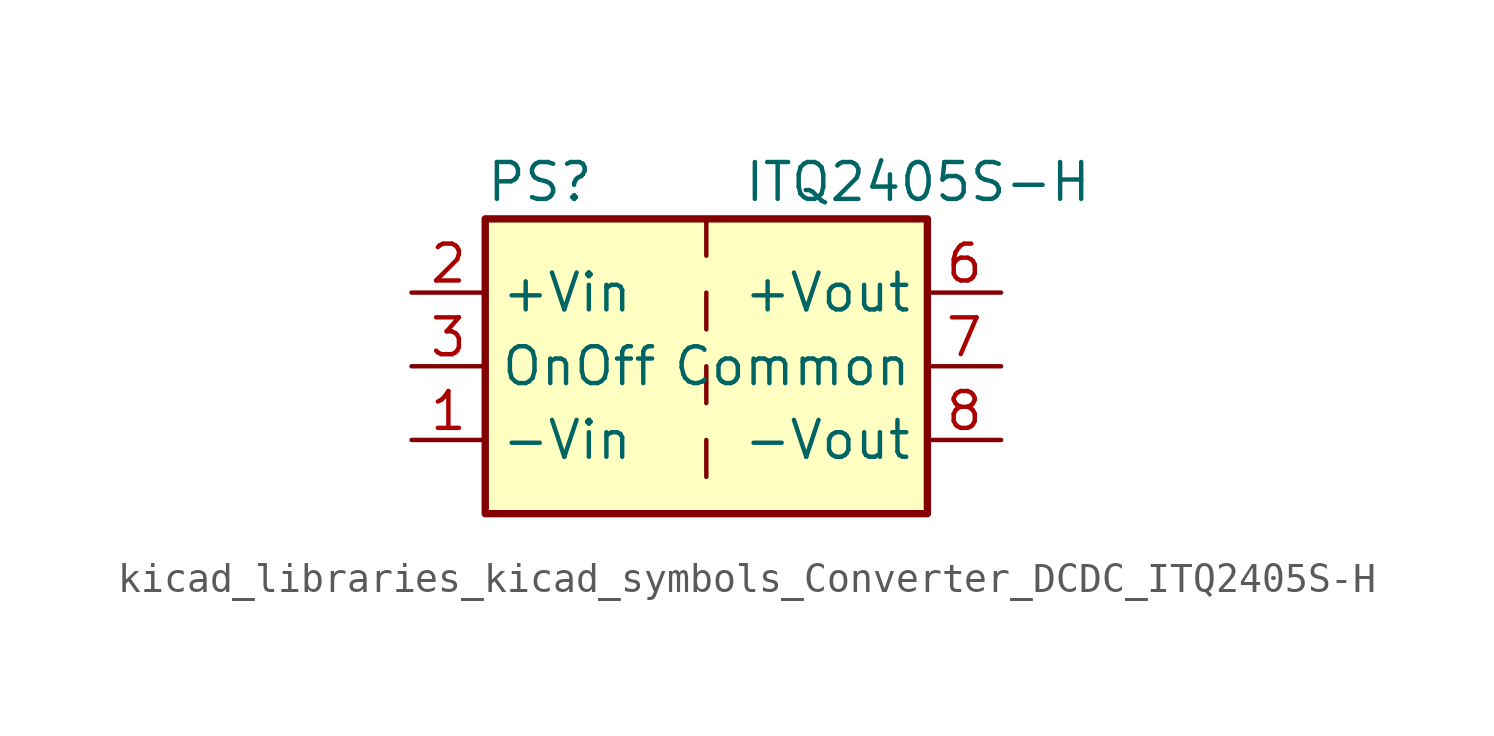
<source format=kicad_sym>
(kicad_symbol_lib
  (version 20220914)
  (generator kicad_symbol_editor)
  (symbol "kicad_libraries_kicad_symbols_Converter_DCDC_ITQ2405S-H"
    (property "Reference" "PS"
      (at -7.62 6.35 0)
      (effects (font (size 1.27 1.27)) (justify left)))
    (property "Value" "ITQ2405S-H"
      (at 1.27 6.35 0)
      (effects (font (size 1.27 1.27)) (justify left)))
    (symbol "kicad_libraries_kicad_symbols_Converter_DCDC_ITQ2405S-H_0_0"
      (pin power_in line (at -10.16 -2.54 0) (length 2.54) (name "-Vin" (effects (font (size 1.27 1.27)))) (number "1" (effects (font (size 1.27 1.27)))))
      (pin power_in line (at -10.16 2.54 0) (length 2.54) (name "+Vin" (effects (font (size 1.27 1.27)))) (number "2" (effects (font (size 1.27 1.27)))))
      (pin input line (at -10.16 0 0) (length 2.54) (name "OnOff" (effects (font (size 1.27 1.27)))) (number "3" (effects (font (size 1.27 1.27)))))
      (pin power_out line (at 10.16 2.54 180) (length 2.54) (name "+Vout" (effects (font (size 1.27 1.27)))) (number "6" (effects (font (size 1.27 1.27)))))
      (pin power_out line (at 10.16 0 180) (length 2.54) (name "Common" (effects (font (size 1.27 1.27)))) (number "7" (effects (font (size 1.27 1.27)))))
      (pin power_out line (at 10.16 -2.54 180) (length 2.54) (name "-Vout" (effects (font (size 1.27 1.27)))) (number "8" (effects (font (size 1.27 1.27))))))
    (symbol "kicad_libraries_kicad_symbols_Converter_DCDC_ITQ2405S-H_0_1"
      (rectangle (start -7.62 5.08) (end 7.62 -5.08) (stroke (width 0.254) (type default)) (fill (type background)))
      (polyline (pts (xy 0 -2.54) (xy 0 -3.81)) (stroke (width 0) (type default)) (fill (type none)))
      (polyline (pts (xy 0 0) (xy 0 -1.27)) (stroke (width 0) (type default)) (fill (type none)))
      (polyline (pts (xy 0 2.54) (xy 0 1.27)) (stroke (width 0) (type default)) (fill (type none)))
      (polyline (pts (xy 0 5.08) (xy 0 3.81)) (stroke (width 0) (type default)) (fill (type none))))))
</source>
